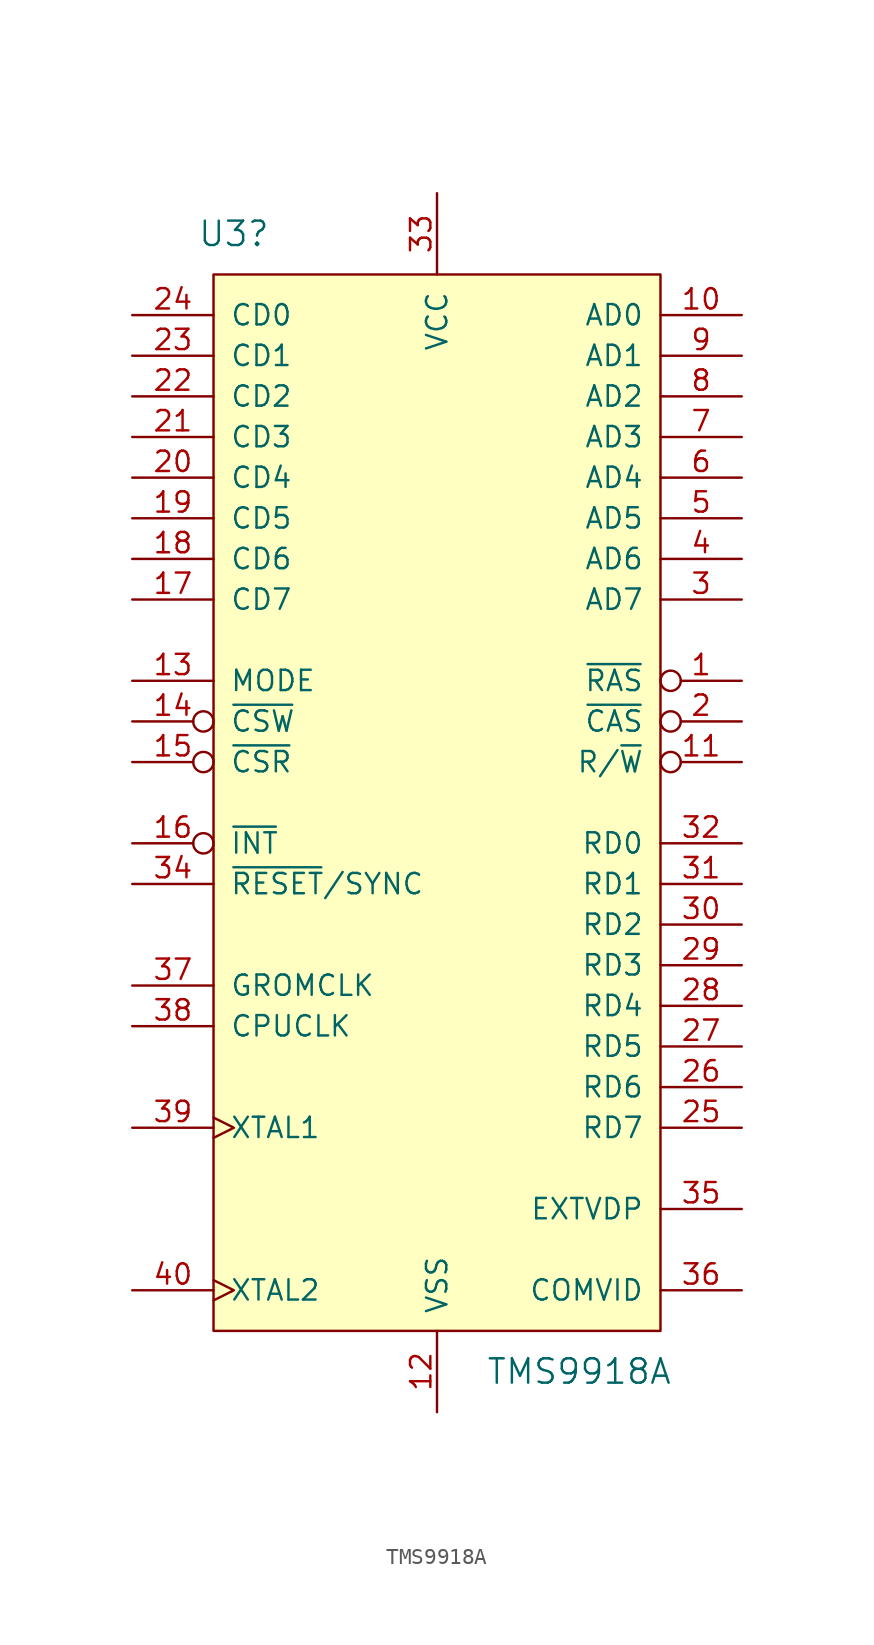
<source format=kicad_sym>
(kicad_symbol_lib
  (version 20220914)
  (generator kicad_symbol_editor)
  (symbol "TMS9918A"
    (pin_names
      (offset 1.016))
    (property "Reference" "U3"
      (at -12.7 35.56 0)
      (effects (font (size 1.524 1.524))))
    (property "Value" "TMS9918A"
      (at 8.89 -35.56 0)
      (effects (font (size 1.524 1.524))))
    (symbol "TMS9918A_0_1"
      (rectangle (start -13.97 33.02) (end 13.97 -33.02) (stroke (width 0) (type default)) (fill (type background))))
    (symbol "TMS9918A_1_1"
      (pin output inverted (at 19.05 7.62 180) (length 5.08) (name "~{RAS}" (effects (font (size 1.27 1.27)))) (number "1" (effects (font (size 1.27 1.27)))))
      (pin output line (at 19.05 30.48 180) (length 5.08) (name "AD0" (effects (font (size 1.27 1.27)))) (number "10" (effects (font (size 1.27 1.27)))))
      (pin output inverted (at 19.05 2.54 180) (length 5.08) (name "R/~{W}" (effects (font (size 1.27 1.27)))) (number "11" (effects (font (size 1.27 1.27)))))
      (pin power_in line (at 0 -38.1 90) (length 5.08) (name "VSS" (effects (font (size 1.27 1.27)))) (number "12" (effects (font (size 1.27 1.27)))))
      (pin input line (at -19.05 7.62 0) (length 5.08) (name "MODE" (effects (font (size 1.27 1.27)))) (number "13" (effects (font (size 1.27 1.27)))))
      (pin input inverted (at -19.05 5.08 0) (length 5.08) (name "~{CSW}" (effects (font (size 1.27 1.27)))) (number "14" (effects (font (size 1.27 1.27)))))
      (pin input inverted (at -19.05 2.54 0) (length 5.08) (name "~{CSR}" (effects (font (size 1.27 1.27)))) (number "15" (effects (font (size 1.27 1.27)))))
      (pin output inverted (at -19.05 -2.54 0) (length 5.08) (name "~{INT}" (effects (font (size 1.27 1.27)))) (number "16" (effects (font (size 1.27 1.27)))))
      (pin bidirectional line (at -19.05 12.7 0) (length 5.08) (name "CD7" (effects (font (size 1.27 1.27)))) (number "17" (effects (font (size 1.27 1.27)))))
      (pin bidirectional line (at -19.05 15.24 0) (length 5.08) (name "CD6" (effects (font (size 1.27 1.27)))) (number "18" (effects (font (size 1.27 1.27)))))
      (pin bidirectional line (at -19.05 17.78 0) (length 5.08) (name "CD5" (effects (font (size 1.27 1.27)))) (number "19" (effects (font (size 1.27 1.27)))))
      (pin output inverted (at 19.05 5.08 180) (length 5.08) (name "~{CAS}" (effects (font (size 1.27 1.27)))) (number "2" (effects (font (size 1.27 1.27)))))
      (pin bidirectional line (at -19.05 20.32 0) (length 5.08) (name "CD4" (effects (font (size 1.27 1.27)))) (number "20" (effects (font (size 1.27 1.27)))))
      (pin bidirectional line (at -19.05 22.86 0) (length 5.08) (name "CD3" (effects (font (size 1.27 1.27)))) (number "21" (effects (font (size 1.27 1.27)))))
      (pin bidirectional line (at -19.05 25.4 0) (length 5.08) (name "CD2" (effects (font (size 1.27 1.27)))) (number "22" (effects (font (size 1.27 1.27)))))
      (pin bidirectional line (at -19.05 27.94 0) (length 5.08) (name "CD1" (effects (font (size 1.27 1.27)))) (number "23" (effects (font (size 1.27 1.27)))))
      (pin bidirectional line (at -19.05 30.48 0) (length 5.08) (name "CD0" (effects (font (size 1.27 1.27)))) (number "24" (effects (font (size 1.27 1.27)))))
      (pin input line (at 19.05 -20.32 180) (length 5.08) (name "RD7" (effects (font (size 1.27 1.27)))) (number "25" (effects (font (size 1.27 1.27)))))
      (pin input line (at 19.05 -17.78 180) (length 5.08) (name "RD6" (effects (font (size 1.27 1.27)))) (number "26" (effects (font (size 1.27 1.27)))))
      (pin input line (at 19.05 -15.24 180) (length 5.08) (name "RD5" (effects (font (size 1.27 1.27)))) (number "27" (effects (font (size 1.27 1.27)))))
      (pin input line (at 19.05 -12.7 180) (length 5.08) (name "RD4" (effects (font (size 1.27 1.27)))) (number "28" (effects (font (size 1.27 1.27)))))
      (pin input line (at 19.05 -10.16 180) (length 5.08) (name "RD3" (effects (font (size 1.27 1.27)))) (number "29" (effects (font (size 1.27 1.27)))))
      (pin output line (at 19.05 12.7 180) (length 5.08) (name "AD7" (effects (font (size 1.27 1.27)))) (number "3" (effects (font (size 1.27 1.27)))))
      (pin input line (at 19.05 -7.62 180) (length 5.08) (name "RD2" (effects (font (size 1.27 1.27)))) (number "30" (effects (font (size 1.27 1.27)))))
      (pin input line (at 19.05 -5.08 180) (length 5.08) (name "RD1" (effects (font (size 1.27 1.27)))) (number "31" (effects (font (size 1.27 1.27)))))
      (pin input line (at 19.05 -2.54 180) (length 5.08) (name "RD0" (effects (font (size 1.27 1.27)))) (number "32" (effects (font (size 1.27 1.27)))))
      (pin power_in line (at 0 38.1 270) (length 5.08) (name "VCC" (effects (font (size 1.27 1.27)))) (number "33" (effects (font (size 1.27 1.27)))))
      (pin input line (at -19.05 -5.08 0) (length 5.08) (name "~{RESET}/SYNC" (effects (font (size 1.27 1.27)))) (number "34" (effects (font (size 1.27 1.27)))))
      (pin bidirectional line (at 19.05 -25.4 180) (length 5.08) (name "EXTVDP" (effects (font (size 1.27 1.27)))) (number "35" (effects (font (size 1.27 1.27)))))
      (pin output line (at 19.05 -30.48 180) (length 5.08) (name "COMVID" (effects (font (size 1.27 1.27)))) (number "36" (effects (font (size 1.27 1.27)))))
      (pin output line (at -19.05 -11.43 0) (length 5.08) (name "GROMCLK" (effects (font (size 1.27 1.27)))) (number "37" (effects (font (size 1.27 1.27)))))
      (pin output line (at -19.05 -13.97 0) (length 5.08) (name "CPUCLK" (effects (font (size 1.27 1.27)))) (number "38" (effects (font (size 1.27 1.27)))))
      (pin input clock (at -19.05 -20.32 0) (length 5.08) (name "XTAL1" (effects (font (size 1.27 1.27)))) (number "39" (effects (font (size 1.27 1.27)))))
      (pin output line (at 19.05 15.24 180) (length 5.08) (name "AD6" (effects (font (size 1.27 1.27)))) (number "4" (effects (font (size 1.27 1.27)))))
      (pin input clock (at -19.05 -30.48 0) (length 5.08) (name "XTAL2" (effects (font (size 1.27 1.27)))) (number "40" (effects (font (size 1.27 1.27)))))
      (pin output line (at 19.05 17.78 180) (length 5.08) (name "AD5" (effects (font (size 1.27 1.27)))) (number "5" (effects (font (size 1.27 1.27)))))
      (pin output line (at 19.05 20.32 180) (length 5.08) (name "AD4" (effects (font (size 1.27 1.27)))) (number "6" (effects (font (size 1.27 1.27)))))
      (pin output line (at 19.05 22.86 180) (length 5.08) (name "AD3" (effects (font (size 1.27 1.27)))) (number "7" (effects (font (size 1.27 1.27)))))
      (pin output line (at 19.05 25.4 180) (length 5.08) (name "AD2" (effects (font (size 1.27 1.27)))) (number "8" (effects (font (size 1.27 1.27)))))
      (pin output line (at 19.05 27.94 180) (length 5.08) (name "AD1" (effects (font (size 1.27 1.27)))) (number "9" (effects (font (size 1.27 1.27))))))))
</source>
